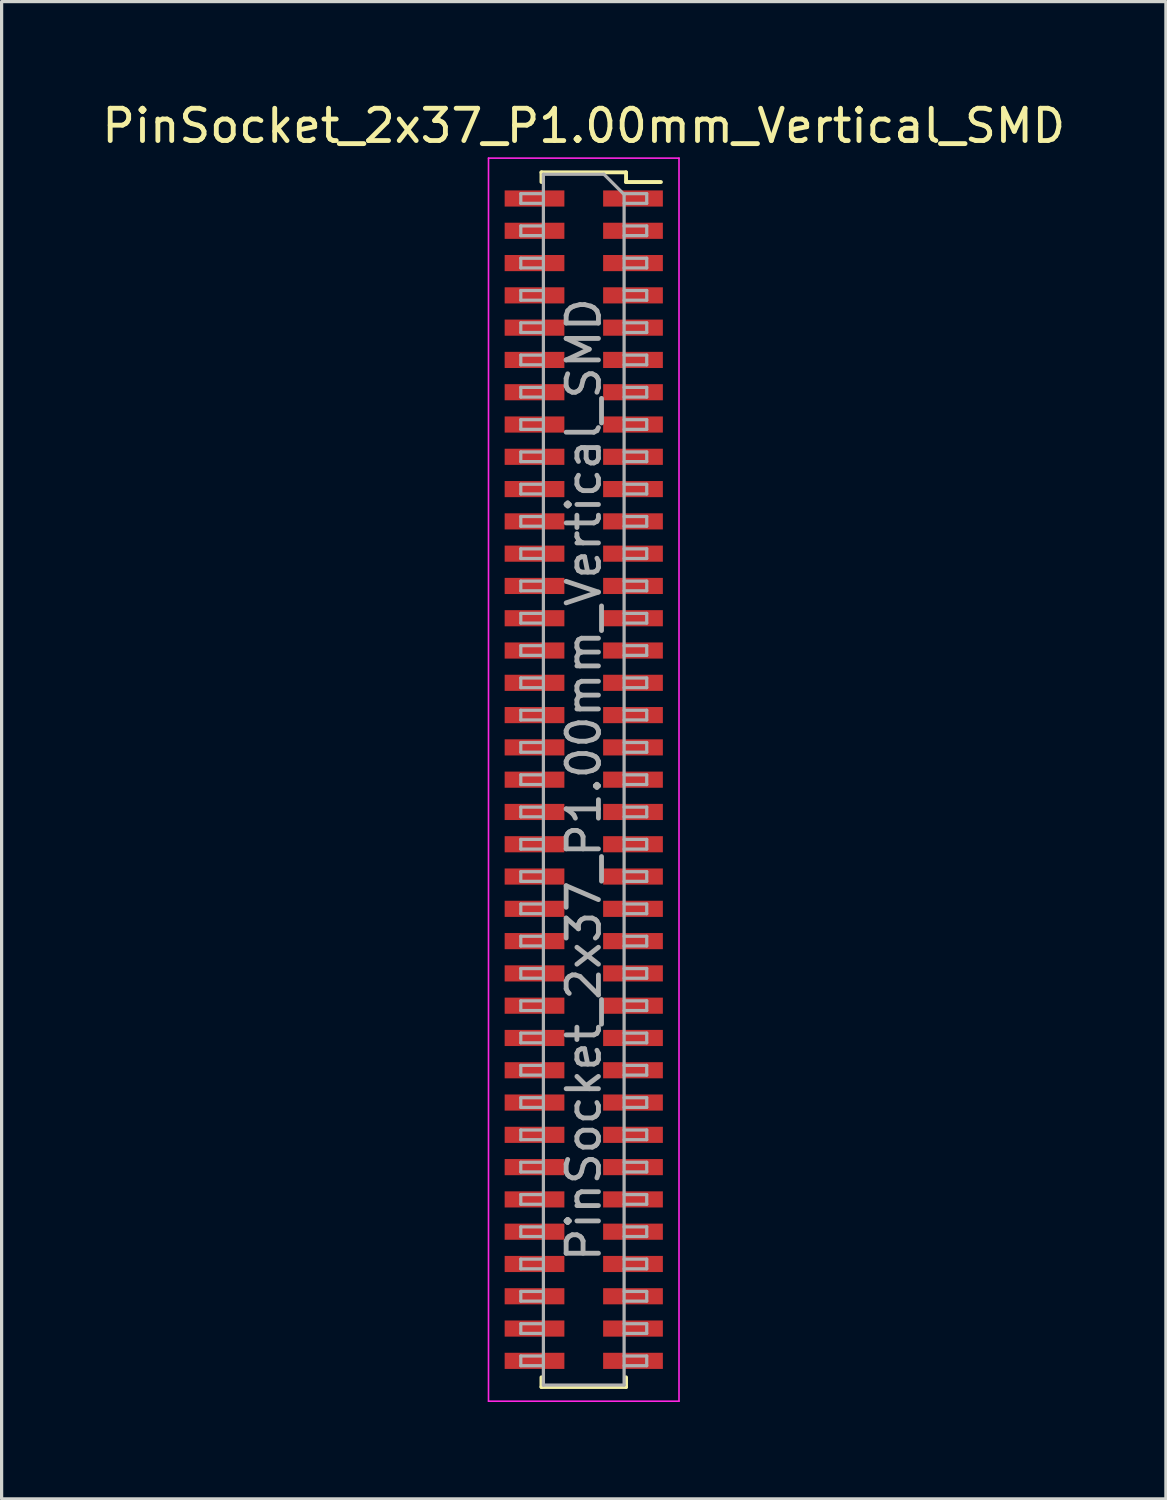
<source format=kicad_pcb>
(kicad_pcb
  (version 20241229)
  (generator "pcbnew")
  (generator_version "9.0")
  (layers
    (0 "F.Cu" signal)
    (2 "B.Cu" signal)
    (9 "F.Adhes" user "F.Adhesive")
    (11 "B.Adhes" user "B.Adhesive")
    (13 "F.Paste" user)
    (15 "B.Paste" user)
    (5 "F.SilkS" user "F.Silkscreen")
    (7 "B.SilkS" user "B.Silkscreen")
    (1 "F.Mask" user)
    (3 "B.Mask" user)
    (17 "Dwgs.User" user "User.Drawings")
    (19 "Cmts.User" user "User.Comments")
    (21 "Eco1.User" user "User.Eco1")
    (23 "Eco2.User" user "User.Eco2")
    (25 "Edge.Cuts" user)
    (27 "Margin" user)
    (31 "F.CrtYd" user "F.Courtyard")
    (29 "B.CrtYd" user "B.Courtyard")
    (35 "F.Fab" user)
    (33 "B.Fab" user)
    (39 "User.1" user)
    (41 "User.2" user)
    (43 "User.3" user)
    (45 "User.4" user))
  (footprint "PinSocket_2x37_P1.00mm_Vertical_SMD"
    (layer "F.Cu")
    (at 15.03 21.098)
    (property "Reference" "PinSocket_2x37_P1.00mm_Vertical_SMD" (at 0 -20.25 0) (layer "F.SilkS") (effects (font (size 1 1) (thickness 0.15))))
    (attr smd)
    (fp_line (start -1.31 -18.81) (end -1.31 -18.51) (stroke (width 0.12) (type solid)) (layer "F.SilkS"))
    (fp_line (start -1.31 -18.81) (end 1.31 -18.81) (stroke (width 0.12) (type solid)) (layer "F.SilkS"))
    (fp_line (start -1.31 18.51) (end -1.31 18.81) (stroke (width 0.12) (type solid)) (layer "F.SilkS"))
    (fp_line (start -1.31 18.81) (end 1.31 18.81) (stroke (width 0.12) (type solid)) (layer "F.SilkS"))
    (fp_line (start 1.31 -18.81) (end 1.31 -18.51) (stroke (width 0.12) (type solid)) (layer "F.SilkS"))
    (fp_line (start 1.31 -18.51) (end 2.39 -18.51) (stroke (width 0.12) (type solid)) (layer "F.SilkS"))
    (fp_line (start 1.31 18.51) (end 1.31 18.81) (stroke (width 0.12) (type solid)) (layer "F.SilkS"))
    (fp_line (start -2.95 -19.25) (end 2.95 -19.25) (stroke (width 0.05) (type solid)) (layer "F.CrtYd"))
    (fp_line (start -2.95 19.25) (end -2.95 -19.25) (stroke (width 0.05) (type solid)) (layer "F.CrtYd"))
    (fp_line (start 2.95 -19.25) (end 2.95 19.25) (stroke (width 0.05) (type solid)) (layer "F.CrtYd"))
    (fp_line (start 2.95 19.25) (end -2.95 19.25) (stroke (width 0.05) (type solid)) (layer "F.CrtYd"))
    (fp_line (start -1.95 -18.15) (end -1.25 -18.15) (stroke (width 0.1) (type solid)) (layer "F.Fab"))
    (fp_line (start -1.95 -17.85) (end -1.95 -18.15) (stroke (width 0.1) (type solid)) (layer "F.Fab"))
    (fp_line (start -1.95 -17.15) (end -1.25 -17.15) (stroke (width 0.1) (type solid)) (layer "F.Fab"))
    (fp_line (start -1.95 -16.85) (end -1.95 -17.15) (stroke (width 0.1) (type solid)) (layer "F.Fab"))
    (fp_line (start -1.95 -16.15) (end -1.25 -16.15) (stroke (width 0.1) (type solid)) (layer "F.Fab"))
    (fp_line (start -1.95 -15.85) (end -1.95 -16.15) (stroke (width 0.1) (type solid)) (layer "F.Fab"))
    (fp_line (start -1.95 -15.15) (end -1.25 -15.15) (stroke (width 0.1) (type solid)) (layer "F.Fab"))
    (fp_line (start -1.95 -14.85) (end -1.95 -15.15) (stroke (width 0.1) (type solid)) (layer "F.Fab"))
    (fp_line (start -1.95 -14.15) (end -1.25 -14.15) (stroke (width 0.1) (type solid)) (layer "F.Fab"))
    (fp_line (start -1.95 -13.85) (end -1.95 -14.15) (stroke (width 0.1) (type solid)) (layer "F.Fab"))
    (fp_line (start -1.95 -13.15) (end -1.25 -13.15) (stroke (width 0.1) (type solid)) (layer "F.Fab"))
    (fp_line (start -1.95 -12.85) (end -1.95 -13.15) (stroke (width 0.1) (type solid)) (layer "F.Fab"))
    (fp_line (start -1.95 -12.15) (end -1.25 -12.15) (stroke (width 0.1) (type solid)) (layer "F.Fab"))
    (fp_line (start -1.95 -11.85) (end -1.95 -12.15) (stroke (width 0.1) (type solid)) (layer "F.Fab"))
    (fp_line (start -1.95 -11.15) (end -1.25 -11.15) (stroke (width 0.1) (type solid)) (layer "F.Fab"))
    (fp_line (start -1.95 -10.85) (end -1.95 -11.15) (stroke (width 0.1) (type solid)) (layer "F.Fab"))
    (fp_line (start -1.95 -10.15) (end -1.25 -10.15) (stroke (width 0.1) (type solid)) (layer "F.Fab"))
    (fp_line (start -1.95 -9.85) (end -1.95 -10.15) (stroke (width 0.1) (type solid)) (layer "F.Fab"))
    (fp_line (start -1.95 -9.15) (end -1.25 -9.15) (stroke (width 0.1) (type solid)) (layer "F.Fab"))
    (fp_line (start -1.95 -8.85) (end -1.95 -9.15) (stroke (width 0.1) (type solid)) (layer "F.Fab"))
    (fp_line (start -1.95 -8.15) (end -1.25 -8.15) (stroke (width 0.1) (type solid)) (layer "F.Fab"))
    (fp_line (start -1.95 -7.85) (end -1.95 -8.15) (stroke (width 0.1) (type solid)) (layer "F.Fab"))
    (fp_line (start -1.95 -7.15) (end -1.25 -7.15) (stroke (width 0.1) (type solid)) (layer "F.Fab"))
    (fp_line (start -1.95 -6.85) (end -1.95 -7.15) (stroke (width 0.1) (type solid)) (layer "F.Fab"))
    (fp_line (start -1.95 -6.15) (end -1.25 -6.15) (stroke (width 0.1) (type solid)) (layer "F.Fab"))
    (fp_line (start -1.95 -5.85) (end -1.95 -6.15) (stroke (width 0.1) (type solid)) (layer "F.Fab"))
    (fp_line (start -1.95 -5.15) (end -1.25 -5.15) (stroke (width 0.1) (type solid)) (layer "F.Fab"))
    (fp_line (start -1.95 -4.85) (end -1.95 -5.15) (stroke (width 0.1) (type solid)) (layer "F.Fab"))
    (fp_line (start -1.95 -4.15) (end -1.25 -4.15) (stroke (width 0.1) (type solid)) (layer "F.Fab"))
    (fp_line (start -1.95 -3.85) (end -1.95 -4.15) (stroke (width 0.1) (type solid)) (layer "F.Fab"))
    (fp_line (start -1.95 -3.15) (end -1.25 -3.15) (stroke (width 0.1) (type solid)) (layer "F.Fab"))
    (fp_line (start -1.95 -2.85) (end -1.95 -3.15) (stroke (width 0.1) (type solid)) (layer "F.Fab"))
    (fp_line (start -1.95 -2.15) (end -1.25 -2.15) (stroke (width 0.1) (type solid)) (layer "F.Fab"))
    (fp_line (start -1.95 -1.85) (end -1.95 -2.15) (stroke (width 0.1) (type solid)) (layer "F.Fab"))
    (fp_line (start -1.95 -1.15) (end -1.25 -1.15) (stroke (width 0.1) (type solid)) (layer "F.Fab"))
    (fp_line (start -1.95 -0.85) (end -1.95 -1.15) (stroke (width 0.1) (type solid)) (layer "F.Fab"))
    (fp_line (start -1.95 -0.15) (end -1.25 -0.15) (stroke (width 0.1) (type solid)) (layer "F.Fab"))
    (fp_line (start -1.95 0.15) (end -1.95 -0.15) (stroke (width 0.1) (type solid)) (layer "F.Fab"))
    (fp_line (start -1.95 0.85) (end -1.25 0.85) (stroke (width 0.1) (type solid)) (layer "F.Fab"))
    (fp_line (start -1.95 1.15) (end -1.95 0.85) (stroke (width 0.1) (type solid)) (layer "F.Fab"))
    (fp_line (start -1.95 1.85) (end -1.25 1.85) (stroke (width 0.1) (type solid)) (layer "F.Fab"))
    (fp_line (start -1.95 2.15) (end -1.95 1.85) (stroke (width 0.1) (type solid)) (layer "F.Fab"))
    (fp_line (start -1.95 2.85) (end -1.25 2.85) (stroke (width 0.1) (type solid)) (layer "F.Fab"))
    (fp_line (start -1.95 3.15) (end -1.95 2.85) (stroke (width 0.1) (type solid)) (layer "F.Fab"))
    (fp_line (start -1.95 3.85) (end -1.25 3.85) (stroke (width 0.1) (type solid)) (layer "F.Fab"))
    (fp_line (start -1.95 4.15) (end -1.95 3.85) (stroke (width 0.1) (type solid)) (layer "F.Fab"))
    (fp_line (start -1.95 4.85) (end -1.25 4.85) (stroke (width 0.1) (type solid)) (layer "F.Fab"))
    (fp_line (start -1.95 5.15) (end -1.95 4.85) (stroke (width 0.1) (type solid)) (layer "F.Fab"))
    (fp_line (start -1.95 5.85) (end -1.25 5.85) (stroke (width 0.1) (type solid)) (layer "F.Fab"))
    (fp_line (start -1.95 6.15) (end -1.95 5.85) (stroke (width 0.1) (type solid)) (layer "F.Fab"))
    (fp_line (start -1.95 6.85) (end -1.25 6.85) (stroke (width 0.1) (type solid)) (layer "F.Fab"))
    (fp_line (start -1.95 7.15) (end -1.95 6.85) (stroke (width 0.1) (type solid)) (layer "F.Fab"))
    (fp_line (start -1.95 7.85) (end -1.25 7.85) (stroke (width 0.1) (type solid)) (layer "F.Fab"))
    (fp_line (start -1.95 8.15) (end -1.95 7.85) (stroke (width 0.1) (type solid)) (layer "F.Fab"))
    (fp_line (start -1.95 8.85) (end -1.25 8.85) (stroke (width 0.1) (type solid)) (layer "F.Fab"))
    (fp_line (start -1.95 9.15) (end -1.95 8.85) (stroke (width 0.1) (type solid)) (layer "F.Fab"))
    (fp_line (start -1.95 9.85) (end -1.25 9.85) (stroke (width 0.1) (type solid)) (layer "F.Fab"))
    (fp_line (start -1.95 10.15) (end -1.95 9.85) (stroke (width 0.1) (type solid)) (layer "F.Fab"))
    (fp_line (start -1.95 10.85) (end -1.25 10.85) (stroke (width 0.1) (type solid)) (layer "F.Fab"))
    (fp_line (start -1.95 11.15) (end -1.95 10.85) (stroke (width 0.1) (type solid)) (layer "F.Fab"))
    (fp_line (start -1.95 11.85) (end -1.25 11.85) (stroke (width 0.1) (type solid)) (layer "F.Fab"))
    (fp_line (start -1.95 12.15) (end -1.95 11.85) (stroke (width 0.1) (type solid)) (layer "F.Fab"))
    (fp_line (start -1.95 12.85) (end -1.25 12.85) (stroke (width 0.1) (type solid)) (layer "F.Fab"))
    (fp_line (start -1.95 13.15) (end -1.95 12.85) (stroke (width 0.1) (type solid)) (layer "F.Fab"))
    (fp_line (start -1.95 13.85) (end -1.25 13.85) (stroke (width 0.1) (type solid)) (layer "F.Fab"))
    (fp_line (start -1.95 14.15) (end -1.95 13.85) (stroke (width 0.1) (type solid)) (layer "F.Fab"))
    (fp_line (start -1.95 14.85) (end -1.25 14.85) (stroke (width 0.1) (type solid)) (layer "F.Fab"))
    (fp_line (start -1.95 15.15) (end -1.95 14.85) (stroke (width 0.1) (type solid)) (layer "F.Fab"))
    (fp_line (start -1.95 15.85) (end -1.25 15.85) (stroke (width 0.1) (type solid)) (layer "F.Fab"))
    (fp_line (start -1.95 16.15) (end -1.95 15.85) (stroke (width 0.1) (type solid)) (layer "F.Fab"))
    (fp_line (start -1.95 16.85) (end -1.25 16.85) (stroke (width 0.1) (type solid)) (layer "F.Fab"))
    (fp_line (start -1.95 17.15) (end -1.95 16.85) (stroke (width 0.1) (type solid)) (layer "F.Fab"))
    (fp_line (start -1.95 17.85) (end -1.25 17.85) (stroke (width 0.1) (type solid)) (layer "F.Fab"))
    (fp_line (start -1.95 18.15) (end -1.95 17.85) (stroke (width 0.1) (type solid)) (layer "F.Fab"))
    (fp_line (start -1.25 -18.75) (end 0.625 -18.75) (stroke (width 0.1) (type solid)) (layer "F.Fab"))
    (fp_line (start -1.25 -17.85) (end -1.95 -17.85) (stroke (width 0.1) (type solid)) (layer "F.Fab"))
    (fp_line (start -1.25 -16.85) (end -1.95 -16.85) (stroke (width 0.1) (type solid)) (layer "F.Fab"))
    (fp_line (start -1.25 -15.85) (end -1.95 -15.85) (stroke (width 0.1) (type solid)) (layer "F.Fab"))
    (fp_line (start -1.25 -14.85) (end -1.95 -14.85) (stroke (width 0.1) (type solid)) (layer "F.Fab"))
    (fp_line (start -1.25 -13.85) (end -1.95 -13.85) (stroke (width 0.1) (type solid)) (layer "F.Fab"))
    (fp_line (start -1.25 -12.85) (end -1.95 -12.85) (stroke (width 0.1) (type solid)) (layer "F.Fab"))
    (fp_line (start -1.25 -11.85) (end -1.95 -11.85) (stroke (width 0.1) (type solid)) (layer "F.Fab"))
    (fp_line (start -1.25 -10.85) (end -1.95 -10.85) (stroke (width 0.1) (type solid)) (layer "F.Fab"))
    (fp_line (start -1.25 -9.85) (end -1.95 -9.85) (stroke (width 0.1) (type solid)) (layer "F.Fab"))
    (fp_line (start -1.25 -8.85) (end -1.95 -8.85) (stroke (width 0.1) (type solid)) (layer "F.Fab"))
    (fp_line (start -1.25 -7.85) (end -1.95 -7.85) (stroke (width 0.1) (type solid)) (layer "F.Fab"))
    (fp_line (start -1.25 -6.85) (end -1.95 -6.85) (stroke (width 0.1) (type solid)) (layer "F.Fab"))
    (fp_line (start -1.25 -5.85) (end -1.95 -5.85) (stroke (width 0.1) (type solid)) (layer "F.Fab"))
    (fp_line (start -1.25 -4.85) (end -1.95 -4.85) (stroke (width 0.1) (type solid)) (layer "F.Fab"))
    (fp_line (start -1.25 -3.85) (end -1.95 -3.85) (stroke (width 0.1) (type solid)) (layer "F.Fab"))
    (fp_line (start -1.25 -2.85) (end -1.95 -2.85) (stroke (width 0.1) (type solid)) (layer "F.Fab"))
    (fp_line (start -1.25 -1.85) (end -1.95 -1.85) (stroke (width 0.1) (type solid)) (layer "F.Fab"))
    (fp_line (start -1.25 -0.85) (end -1.95 -0.85) (stroke (width 0.1) (type solid)) (layer "F.Fab"))
    (fp_line (start -1.25 0.15) (end -1.95 0.15) (stroke (width 0.1) (type solid)) (layer "F.Fab"))
    (fp_line (start -1.25 1.15) (end -1.95 1.15) (stroke (width 0.1) (type solid)) (layer "F.Fab"))
    (fp_line (start -1.25 2.15) (end -1.95 2.15) (stroke (width 0.1) (type solid)) (layer "F.Fab"))
    (fp_line (start -1.25 3.15) (end -1.95 3.15) (stroke (width 0.1) (type solid)) (layer "F.Fab"))
    (fp_line (start -1.25 4.15) (end -1.95 4.15) (stroke (width 0.1) (type solid)) (layer "F.Fab"))
    (fp_line (start -1.25 5.15) (end -1.95 5.15) (stroke (width 0.1) (type solid)) (layer "F.Fab"))
    (fp_line (start -1.25 6.15) (end -1.95 6.15) (stroke (width 0.1) (type solid)) (layer "F.Fab"))
    (fp_line (start -1.25 7.15) (end -1.95 7.15) (stroke (width 0.1) (type solid)) (layer "F.Fab"))
    (fp_line (start -1.25 8.15) (end -1.95 8.15) (stroke (width 0.1) (type solid)) (layer "F.Fab"))
    (fp_line (start -1.25 9.15) (end -1.95 9.15) (stroke (width 0.1) (type solid)) (layer "F.Fab"))
    (fp_line (start -1.25 10.15) (end -1.95 10.15) (stroke (width 0.1) (type solid)) (layer "F.Fab"))
    (fp_line (start -1.25 11.15) (end -1.95 11.15) (stroke (width 0.1) (type solid)) (layer "F.Fab"))
    (fp_line (start -1.25 12.15) (end -1.95 12.15) (stroke (width 0.1) (type solid)) (layer "F.Fab"))
    (fp_line (start -1.25 13.15) (end -1.95 13.15) (stroke (width 0.1) (type solid)) (layer "F.Fab"))
    (fp_line (start -1.25 14.15) (end -1.95 14.15) (stroke (width 0.1) (type solid)) (layer "F.Fab"))
    (fp_line (start -1.25 15.15) (end -1.95 15.15) (stroke (width 0.1) (type solid)) (layer "F.Fab"))
    (fp_line (start -1.25 16.15) (end -1.95 16.15) (stroke (width 0.1) (type solid)) (layer "F.Fab"))
    (fp_line (start -1.25 17.15) (end -1.95 17.15) (stroke (width 0.1) (type solid)) (layer "F.Fab"))
    (fp_line (start -1.25 18.15) (end -1.95 18.15) (stroke (width 0.1) (type solid)) (layer "F.Fab"))
    (fp_line (start -1.25 18.75) (end -1.25 -18.75) (stroke (width 0.1) (type solid)) (layer "F.Fab"))
    (fp_line (start 0.625 -18.75) (end 1.25 -18.125) (stroke (width 0.1) (type solid)) (layer "F.Fab"))
    (fp_line (start 1.25 -18.15) (end 1.95 -18.15) (stroke (width 0.1) (type solid)) (layer "F.Fab"))
    (fp_line (start 1.25 -18.125) (end 1.25 18.75) (stroke (width 0.1) (type solid)) (layer "F.Fab"))
    (fp_line (start 1.25 -17.15) (end 1.95 -17.15) (stroke (width 0.1) (type solid)) (layer "F.Fab"))
    (fp_line (start 1.25 -16.15) (end 1.95 -16.15) (stroke (width 0.1) (type solid)) (layer "F.Fab"))
    (fp_line (start 1.25 -15.15) (end 1.95 -15.15) (stroke (width 0.1) (type solid)) (layer "F.Fab"))
    (fp_line (start 1.25 -14.15) (end 1.95 -14.15) (stroke (width 0.1) (type solid)) (layer "F.Fab"))
    (fp_line (start 1.25 -13.15) (end 1.95 -13.15) (stroke (width 0.1) (type solid)) (layer "F.Fab"))
    (fp_line (start 1.25 -12.15) (end 1.95 -12.15) (stroke (width 0.1) (type solid)) (layer "F.Fab"))
    (fp_line (start 1.25 -11.15) (end 1.95 -11.15) (stroke (width 0.1) (type solid)) (layer "F.Fab"))
    (fp_line (start 1.25 -10.15) (end 1.95 -10.15) (stroke (width 0.1) (type solid)) (layer "F.Fab"))
    (fp_line (start 1.25 -9.15) (end 1.95 -9.15) (stroke (width 0.1) (type solid)) (layer "F.Fab"))
    (fp_line (start 1.25 -8.15) (end 1.95 -8.15) (stroke (width 0.1) (type solid)) (layer "F.Fab"))
    (fp_line (start 1.25 -7.15) (end 1.95 -7.15) (stroke (width 0.1) (type solid)) (layer "F.Fab"))
    (fp_line (start 1.25 -6.15) (end 1.95 -6.15) (stroke (width 0.1) (type solid)) (layer "F.Fab"))
    (fp_line (start 1.25 -5.15) (end 1.95 -5.15) (stroke (width 0.1) (type solid)) (layer "F.Fab"))
    (fp_line (start 1.25 -4.15) (end 1.95 -4.15) (stroke (width 0.1) (type solid)) (layer "F.Fab"))
    (fp_line (start 1.25 -3.15) (end 1.95 -3.15) (stroke (width 0.1) (type solid)) (layer "F.Fab"))
    (fp_line (start 1.25 -2.15) (end 1.95 -2.15) (stroke (width 0.1) (type solid)) (layer "F.Fab"))
    (fp_line (start 1.25 -1.15) (end 1.95 -1.15) (stroke (width 0.1) (type solid)) (layer "F.Fab"))
    (fp_line (start 1.25 -0.15) (end 1.95 -0.15) (stroke (width 0.1) (type solid)) (layer "F.Fab"))
    (fp_line (start 1.25 0.85) (end 1.95 0.85) (stroke (width 0.1) (type solid)) (layer "F.Fab"))
    (fp_line (start 1.25 1.85) (end 1.95 1.85) (stroke (width 0.1) (type solid)) (layer "F.Fab"))
    (fp_line (start 1.25 2.85) (end 1.95 2.85) (stroke (width 0.1) (type solid)) (layer "F.Fab"))
    (fp_line (start 1.25 3.85) (end 1.95 3.85) (stroke (width 0.1) (type solid)) (layer "F.Fab"))
    (fp_line (start 1.25 4.85) (end 1.95 4.85) (stroke (width 0.1) (type solid)) (layer "F.Fab"))
    (fp_line (start 1.25 5.85) (end 1.95 5.85) (stroke (width 0.1) (type solid)) (layer "F.Fab"))
    (fp_line (start 1.25 6.85) (end 1.95 6.85) (stroke (width 0.1) (type solid)) (layer "F.Fab"))
    (fp_line (start 1.25 7.85) (end 1.95 7.85) (stroke (width 0.1) (type solid)) (layer "F.Fab"))
    (fp_line (start 1.25 8.85) (end 1.95 8.85) (stroke (width 0.1) (type solid)) (layer "F.Fab"))
    (fp_line (start 1.25 9.85) (end 1.95 9.85) (stroke (width 0.1) (type solid)) (layer "F.Fab"))
    (fp_line (start 1.25 10.85) (end 1.95 10.85) (stroke (width 0.1) (type solid)) (layer "F.Fab"))
    (fp_line (start 1.25 11.85) (end 1.95 11.85) (stroke (width 0.1) (type solid)) (layer "F.Fab"))
    (fp_line (start 1.25 12.85) (end 1.95 12.85) (stroke (width 0.1) (type solid)) (layer "F.Fab"))
    (fp_line (start 1.25 13.85) (end 1.95 13.85) (stroke (width 0.1) (type solid)) (layer "F.Fab"))
    (fp_line (start 1.25 14.85) (end 1.95 14.85) (stroke (width 0.1) (type solid)) (layer "F.Fab"))
    (fp_line (start 1.25 15.85) (end 1.95 15.85) (stroke (width 0.1) (type solid)) (layer "F.Fab"))
    (fp_line (start 1.25 16.85) (end 1.95 16.85) (stroke (width 0.1) (type solid)) (layer "F.Fab"))
    (fp_line (start 1.25 17.85) (end 1.95 17.85) (stroke (width 0.1) (type solid)) (layer "F.Fab"))
    (fp_line (start 1.25 18.75) (end -1.25 18.75) (stroke (width 0.1) (type solid)) (layer "F.Fab"))
    (fp_line (start 1.95 -18.15) (end 1.95 -17.85) (stroke (width 0.1) (type solid)) (layer "F.Fab"))
    (fp_line (start 1.95 -17.85) (end 1.25 -17.85) (stroke (width 0.1) (type solid)) (layer "F.Fab"))
    (fp_line (start 1.95 -17.15) (end 1.95 -16.85) (stroke (width 0.1) (type solid)) (layer "F.Fab"))
    (fp_line (start 1.95 -16.85) (end 1.25 -16.85) (stroke (width 0.1) (type solid)) (layer "F.Fab"))
    (fp_line (start 1.95 -16.15) (end 1.95 -15.85) (stroke (width 0.1) (type solid)) (layer "F.Fab"))
    (fp_line (start 1.95 -15.85) (end 1.25 -15.85) (stroke (width 0.1) (type solid)) (layer "F.Fab"))
    (fp_line (start 1.95 -15.15) (end 1.95 -14.85) (stroke (width 0.1) (type solid)) (layer "F.Fab"))
    (fp_line (start 1.95 -14.85) (end 1.25 -14.85) (stroke (width 0.1) (type solid)) (layer "F.Fab"))
    (fp_line (start 1.95 -14.15) (end 1.95 -13.85) (stroke (width 0.1) (type solid)) (layer "F.Fab"))
    (fp_line (start 1.95 -13.85) (end 1.25 -13.85) (stroke (width 0.1) (type solid)) (layer "F.Fab"))
    (fp_line (start 1.95 -13.15) (end 1.95 -12.85) (stroke (width 0.1) (type solid)) (layer "F.Fab"))
    (fp_line (start 1.95 -12.85) (end 1.25 -12.85) (stroke (width 0.1) (type solid)) (layer "F.Fab"))
    (fp_line (start 1.95 -12.15) (end 1.95 -11.85) (stroke (width 0.1) (type solid)) (layer "F.Fab"))
    (fp_line (start 1.95 -11.85) (end 1.25 -11.85) (stroke (width 0.1) (type solid)) (layer "F.Fab"))
    (fp_line (start 1.95 -11.15) (end 1.95 -10.85) (stroke (width 0.1) (type solid)) (layer "F.Fab"))
    (fp_line (start 1.95 -10.85) (end 1.25 -10.85) (stroke (width 0.1) (type solid)) (layer "F.Fab"))
    (fp_line (start 1.95 -10.15) (end 1.95 -9.85) (stroke (width 0.1) (type solid)) (layer "F.Fab"))
    (fp_line (start 1.95 -9.85) (end 1.25 -9.85) (stroke (width 0.1) (type solid)) (layer "F.Fab"))
    (fp_line (start 1.95 -9.15) (end 1.95 -8.85) (stroke (width 0.1) (type solid)) (layer "F.Fab"))
    (fp_line (start 1.95 -8.85) (end 1.25 -8.85) (stroke (width 0.1) (type solid)) (layer "F.Fab"))
    (fp_line (start 1.95 -8.15) (end 1.95 -7.85) (stroke (width 0.1) (type solid)) (layer "F.Fab"))
    (fp_line (start 1.95 -7.85) (end 1.25 -7.85) (stroke (width 0.1) (type solid)) (layer "F.Fab"))
    (fp_line (start 1.95 -7.15) (end 1.95 -6.85) (stroke (width 0.1) (type solid)) (layer "F.Fab"))
    (fp_line (start 1.95 -6.85) (end 1.25 -6.85) (stroke (width 0.1) (type solid)) (layer "F.Fab"))
    (fp_line (start 1.95 -6.15) (end 1.95 -5.85) (stroke (width 0.1) (type solid)) (layer "F.Fab"))
    (fp_line (start 1.95 -5.85) (end 1.25 -5.85) (stroke (width 0.1) (type solid)) (layer "F.Fab"))
    (fp_line (start 1.95 -5.15) (end 1.95 -4.85) (stroke (width 0.1) (type solid)) (layer "F.Fab"))
    (fp_line (start 1.95 -4.85) (end 1.25 -4.85) (stroke (width 0.1) (type solid)) (layer "F.Fab"))
    (fp_line (start 1.95 -4.15) (end 1.95 -3.85) (stroke (width 0.1) (type solid)) (layer "F.Fab"))
    (fp_line (start 1.95 -3.85) (end 1.25 -3.85) (stroke (width 0.1) (type solid)) (layer "F.Fab"))
    (fp_line (start 1.95 -3.15) (end 1.95 -2.85) (stroke (width 0.1) (type solid)) (layer "F.Fab"))
    (fp_line (start 1.95 -2.85) (end 1.25 -2.85) (stroke (width 0.1) (type solid)) (layer "F.Fab"))
    (fp_line (start 1.95 -2.15) (end 1.95 -1.85) (stroke (width 0.1) (type solid)) (layer "F.Fab"))
    (fp_line (start 1.95 -1.85) (end 1.25 -1.85) (stroke (width 0.1) (type solid)) (layer "F.Fab"))
    (fp_line (start 1.95 -1.15) (end 1.95 -0.85) (stroke (width 0.1) (type solid)) (layer "F.Fab"))
    (fp_line (start 1.95 -0.85) (end 1.25 -0.85) (stroke (width 0.1) (type solid)) (layer "F.Fab"))
    (fp_line (start 1.95 -0.15) (end 1.95 0.15) (stroke (width 0.1) (type solid)) (layer "F.Fab"))
    (fp_line (start 1.95 0.15) (end 1.25 0.15) (stroke (width 0.1) (type solid)) (layer "F.Fab"))
    (fp_line (start 1.95 0.85) (end 1.95 1.15) (stroke (width 0.1) (type solid)) (layer "F.Fab"))
    (fp_line (start 1.95 1.15) (end 1.25 1.15) (stroke (width 0.1) (type solid)) (layer "F.Fab"))
    (fp_line (start 1.95 1.85) (end 1.95 2.15) (stroke (width 0.1) (type solid)) (layer "F.Fab"))
    (fp_line (start 1.95 2.15) (end 1.25 2.15) (stroke (width 0.1) (type solid)) (layer "F.Fab"))
    (fp_line (start 1.95 2.85) (end 1.95 3.15) (stroke (width 0.1) (type solid)) (layer "F.Fab"))
    (fp_line (start 1.95 3.15) (end 1.25 3.15) (stroke (width 0.1) (type solid)) (layer "F.Fab"))
    (fp_line (start 1.95 3.85) (end 1.95 4.15) (stroke (width 0.1) (type solid)) (layer "F.Fab"))
    (fp_line (start 1.95 4.15) (end 1.25 4.15) (stroke (width 0.1) (type solid)) (layer "F.Fab"))
    (fp_line (start 1.95 4.85) (end 1.95 5.15) (stroke (width 0.1) (type solid)) (layer "F.Fab"))
    (fp_line (start 1.95 5.15) (end 1.25 5.15) (stroke (width 0.1) (type solid)) (layer "F.Fab"))
    (fp_line (start 1.95 5.85) (end 1.95 6.15) (stroke (width 0.1) (type solid)) (layer "F.Fab"))
    (fp_line (start 1.95 6.15) (end 1.25 6.15) (stroke (width 0.1) (type solid)) (layer "F.Fab"))
    (fp_line (start 1.95 6.85) (end 1.95 7.15) (stroke (width 0.1) (type solid)) (layer "F.Fab"))
    (fp_line (start 1.95 7.15) (end 1.25 7.15) (stroke (width 0.1) (type solid)) (layer "F.Fab"))
    (fp_line (start 1.95 7.85) (end 1.95 8.15) (stroke (width 0.1) (type solid)) (layer "F.Fab"))
    (fp_line (start 1.95 8.15) (end 1.25 8.15) (stroke (width 0.1) (type solid)) (layer "F.Fab"))
    (fp_line (start 1.95 8.85) (end 1.95 9.15) (stroke (width 0.1) (type solid)) (layer "F.Fab"))
    (fp_line (start 1.95 9.15) (end 1.25 9.15) (stroke (width 0.1) (type solid)) (layer "F.Fab"))
    (fp_line (start 1.95 9.85) (end 1.95 10.15) (stroke (width 0.1) (type solid)) (layer "F.Fab"))
    (fp_line (start 1.95 10.15) (end 1.25 10.15) (stroke (width 0.1) (type solid)) (layer "F.Fab"))
    (fp_line (start 1.95 10.85) (end 1.95 11.15) (stroke (width 0.1) (type solid)) (layer "F.Fab"))
    (fp_line (start 1.95 11.15) (end 1.25 11.15) (stroke (width 0.1) (type solid)) (layer "F.Fab"))
    (fp_line (start 1.95 11.85) (end 1.95 12.15) (stroke (width 0.1) (type solid)) (layer "F.Fab"))
    (fp_line (start 1.95 12.15) (end 1.25 12.15) (stroke (width 0.1) (type solid)) (layer "F.Fab"))
    (fp_line (start 1.95 12.85) (end 1.95 13.15) (stroke (width 0.1) (type solid)) (layer "F.Fab"))
    (fp_line (start 1.95 13.15) (end 1.25 13.15) (stroke (width 0.1) (type solid)) (layer "F.Fab"))
    (fp_line (start 1.95 13.85) (end 1.95 14.15) (stroke (width 0.1) (type solid)) (layer "F.Fab"))
    (fp_line (start 1.95 14.15) (end 1.25 14.15) (stroke (width 0.1) (type solid)) (layer "F.Fab"))
    (fp_line (start 1.95 14.85) (end 1.95 15.15) (stroke (width 0.1) (type solid)) (layer "F.Fab"))
    (fp_line (start 1.95 15.15) (end 1.25 15.15) (stroke (width 0.1) (type solid)) (layer "F.Fab"))
    (fp_line (start 1.95 15.85) (end 1.95 16.15) (stroke (width 0.1) (type solid)) (layer "F.Fab"))
    (fp_line (start 1.95 16.15) (end 1.25 16.15) (stroke (width 0.1) (type solid)) (layer "F.Fab"))
    (fp_line (start 1.95 16.85) (end 1.95 17.15) (stroke (width 0.1) (type solid)) (layer "F.Fab"))
    (fp_line (start 1.95 17.15) (end 1.25 17.15) (stroke (width 0.1) (type solid)) (layer "F.Fab"))
    (fp_line (start 1.95 17.85) (end 1.95 18.15) (stroke (width 0.1) (type solid)) (layer "F.Fab"))
    (fp_line (start 1.95 18.15) (end 1.25 18.15) (stroke (width 0.1) (type solid)) (layer "F.Fab"))
    (fp_text user "${REFERENCE}" (at 0 0 90) (layer "F.Fab") (effects (font (size 1 1) (thickness 0.15))))
    (pad "1" smd rect (at 1.525 -18) (size 1.85 0.5) (layers "F.Cu" "F.Mask" "F.Paste"))
    (pad "2" smd rect (at -1.525 -18) (size 1.85 0.5) (layers "F.Cu" "F.Mask" "F.Paste"))
    (pad "3" smd rect (at 1.525 -17) (size 1.85 0.5) (layers "F.Cu" "F.Mask" "F.Paste"))
    (pad "4" smd rect (at -1.525 -17) (size 1.85 0.5) (layers "F.Cu" "F.Mask" "F.Paste"))
    (pad "5" smd rect (at 1.525 -16) (size 1.85 0.5) (layers "F.Cu" "F.Mask" "F.Paste"))
    (pad "6" smd rect (at -1.525 -16) (size 1.85 0.5) (layers "F.Cu" "F.Mask" "F.Paste"))
    (pad "7" smd rect (at 1.525 -15) (size 1.85 0.5) (layers "F.Cu" "F.Mask" "F.Paste"))
    (pad "8" smd rect (at -1.525 -15) (size 1.85 0.5) (layers "F.Cu" "F.Mask" "F.Paste"))
    (pad "9" smd rect (at 1.525 -14) (size 1.85 0.5) (layers "F.Cu" "F.Mask" "F.Paste"))
    (pad "10" smd rect (at -1.525 -14) (size 1.85 0.5) (layers "F.Cu" "F.Mask" "F.Paste"))
    (pad "11" smd rect (at 1.525 -13) (size 1.85 0.5) (layers "F.Cu" "F.Mask" "F.Paste"))
    (pad "12" smd rect (at -1.525 -13) (size 1.85 0.5) (layers "F.Cu" "F.Mask" "F.Paste"))
    (pad "13" smd rect (at 1.525 -12) (size 1.85 0.5) (layers "F.Cu" "F.Mask" "F.Paste"))
    (pad "14" smd rect (at -1.525 -12) (size 1.85 0.5) (layers "F.Cu" "F.Mask" "F.Paste"))
    (pad "15" smd rect (at 1.525 -11) (size 1.85 0.5) (layers "F.Cu" "F.Mask" "F.Paste"))
    (pad "16" smd rect (at -1.525 -11) (size 1.85 0.5) (layers "F.Cu" "F.Mask" "F.Paste"))
    (pad "17" smd rect (at 1.525 -10) (size 1.85 0.5) (layers "F.Cu" "F.Mask" "F.Paste"))
    (pad "18" smd rect (at -1.525 -10) (size 1.85 0.5) (layers "F.Cu" "F.Mask" "F.Paste"))
    (pad "19" smd rect (at 1.525 -9) (size 1.85 0.5) (layers "F.Cu" "F.Mask" "F.Paste"))
    (pad "20" smd rect (at -1.525 -9) (size 1.85 0.5) (layers "F.Cu" "F.Mask" "F.Paste"))
    (pad "21" smd rect (at 1.525 -8) (size 1.85 0.5) (layers "F.Cu" "F.Mask" "F.Paste"))
    (pad "22" smd rect (at -1.525 -8) (size 1.85 0.5) (layers "F.Cu" "F.Mask" "F.Paste"))
    (pad "23" smd rect (at 1.525 -7) (size 1.85 0.5) (layers "F.Cu" "F.Mask" "F.Paste"))
    (pad "24" smd rect (at -1.525 -7) (size 1.85 0.5) (layers "F.Cu" "F.Mask" "F.Paste"))
    (pad "25" smd rect (at 1.525 -6) (size 1.85 0.5) (layers "F.Cu" "F.Mask" "F.Paste"))
    (pad "26" smd rect (at -1.525 -6) (size 1.85 0.5) (layers "F.Cu" "F.Mask" "F.Paste"))
    (pad "27" smd rect (at 1.525 -5) (size 1.85 0.5) (layers "F.Cu" "F.Mask" "F.Paste"))
    (pad "28" smd rect (at -1.525 -5) (size 1.85 0.5) (layers "F.Cu" "F.Mask" "F.Paste"))
    (pad "29" smd rect (at 1.525 -4) (size 1.85 0.5) (layers "F.Cu" "F.Mask" "F.Paste"))
    (pad "30" smd rect (at -1.525 -4) (size 1.85 0.5) (layers "F.Cu" "F.Mask" "F.Paste"))
    (pad "31" smd rect (at 1.525 -3) (size 1.85 0.5) (layers "F.Cu" "F.Mask" "F.Paste"))
    (pad "32" smd rect (at -1.525 -3) (size 1.85 0.5) (layers "F.Cu" "F.Mask" "F.Paste"))
    (pad "33" smd rect (at 1.525 -2) (size 1.85 0.5) (layers "F.Cu" "F.Mask" "F.Paste"))
    (pad "34" smd rect (at -1.525 -2) (size 1.85 0.5) (layers "F.Cu" "F.Mask" "F.Paste"))
    (pad "35" smd rect (at 1.525 -1) (size 1.85 0.5) (layers "F.Cu" "F.Mask" "F.Paste"))
    (pad "36" smd rect (at -1.525 -1) (size 1.85 0.5) (layers "F.Cu" "F.Mask" "F.Paste"))
    (pad "37" smd rect (at 1.525 0) (size 1.85 0.5) (layers "F.Cu" "F.Mask" "F.Paste"))
    (pad "38" smd rect (at -1.525 0) (size 1.85 0.5) (layers "F.Cu" "F.Mask" "F.Paste"))
    (pad "39" smd rect (at 1.525 1) (size 1.85 0.5) (layers "F.Cu" "F.Mask" "F.Paste"))
    (pad "40" smd rect (at -1.525 1) (size 1.85 0.5) (layers "F.Cu" "F.Mask" "F.Paste"))
    (pad "41" smd rect (at 1.525 2) (size 1.85 0.5) (layers "F.Cu" "F.Mask" "F.Paste"))
    (pad "42" smd rect (at -1.525 2) (size 1.85 0.5) (layers "F.Cu" "F.Mask" "F.Paste"))
    (pad "43" smd rect (at 1.525 3) (size 1.85 0.5) (layers "F.Cu" "F.Mask" "F.Paste"))
    (pad "44" smd rect (at -1.525 3) (size 1.85 0.5) (layers "F.Cu" "F.Mask" "F.Paste"))
    (pad "45" smd rect (at 1.525 4) (size 1.85 0.5) (layers "F.Cu" "F.Mask" "F.Paste"))
    (pad "46" smd rect (at -1.525 4) (size 1.85 0.5) (layers "F.Cu" "F.Mask" "F.Paste"))
    (pad "47" smd rect (at 1.525 5) (size 1.85 0.5) (layers "F.Cu" "F.Mask" "F.Paste"))
    (pad "48" smd rect (at -1.525 5) (size 1.85 0.5) (layers "F.Cu" "F.Mask" "F.Paste"))
    (pad "49" smd rect (at 1.525 6) (size 1.85 0.5) (layers "F.Cu" "F.Mask" "F.Paste"))
    (pad "50" smd rect (at -1.525 6) (size 1.85 0.5) (layers "F.Cu" "F.Mask" "F.Paste"))
    (pad "51" smd rect (at 1.525 7) (size 1.85 0.5) (layers "F.Cu" "F.Mask" "F.Paste"))
    (pad "52" smd rect (at -1.525 7) (size 1.85 0.5) (layers "F.Cu" "F.Mask" "F.Paste"))
    (pad "53" smd rect (at 1.525 8) (size 1.85 0.5) (layers "F.Cu" "F.Mask" "F.Paste"))
    (pad "54" smd rect (at -1.525 8) (size 1.85 0.5) (layers "F.Cu" "F.Mask" "F.Paste"))
    (pad "55" smd rect (at 1.525 9) (size 1.85 0.5) (layers "F.Cu" "F.Mask" "F.Paste"))
    (pad "56" smd rect (at -1.525 9) (size 1.85 0.5) (layers "F.Cu" "F.Mask" "F.Paste"))
    (pad "57" smd rect (at 1.525 10) (size 1.85 0.5) (layers "F.Cu" "F.Mask" "F.Paste"))
    (pad "58" smd rect (at -1.525 10) (size 1.85 0.5) (layers "F.Cu" "F.Mask" "F.Paste"))
    (pad "59" smd rect (at 1.525 11) (size 1.85 0.5) (layers "F.Cu" "F.Mask" "F.Paste"))
    (pad "60" smd rect (at -1.525 11) (size 1.85 0.5) (layers "F.Cu" "F.Mask" "F.Paste"))
    (pad "61" smd rect (at 1.525 12) (size 1.85 0.5) (layers "F.Cu" "F.Mask" "F.Paste"))
    (pad "62" smd rect (at -1.525 12) (size 1.85 0.5) (layers "F.Cu" "F.Mask" "F.Paste"))
    (pad "63" smd rect (at 1.525 13) (size 1.85 0.5) (layers "F.Cu" "F.Mask" "F.Paste"))
    (pad "64" smd rect (at -1.525 13) (size 1.85 0.5) (layers "F.Cu" "F.Mask" "F.Paste"))
    (pad "65" smd rect (at 1.525 14) (size 1.85 0.5) (layers "F.Cu" "F.Mask" "F.Paste"))
    (pad "66" smd rect (at -1.525 14) (size 1.85 0.5) (layers "F.Cu" "F.Mask" "F.Paste"))
    (pad "67" smd rect (at 1.525 15) (size 1.85 0.5) (layers "F.Cu" "F.Mask" "F.Paste"))
    (pad "68" smd rect (at -1.525 15) (size 1.85 0.5) (layers "F.Cu" "F.Mask" "F.Paste"))
    (pad "69" smd rect (at 1.525 16) (size 1.85 0.5) (layers "F.Cu" "F.Mask" "F.Paste"))
    (pad "70" smd rect (at -1.525 16) (size 1.85 0.5) (layers "F.Cu" "F.Mask" "F.Paste"))
    (pad "71" smd rect (at 1.525 17) (size 1.85 0.5) (layers "F.Cu" "F.Mask" "F.Paste"))
    (pad "72" smd rect (at -1.525 17) (size 1.85 0.5) (layers "F.Cu" "F.Mask" "F.Paste"))
    (pad "73" smd rect (at 1.525 18) (size 1.85 0.5) (layers "F.Cu" "F.Mask" "F.Paste"))
    (pad "74" smd rect (at -1.525 18) (size 1.85 0.5) (layers "F.Cu" "F.Mask" "F.Paste")))
  (gr_rect
    (start -3 -3)
    (end 33.06 43.373)
    (stroke (width 0.1) (type default))
    (fill no)
    (layer "Edge.Cuts")))
</source>
